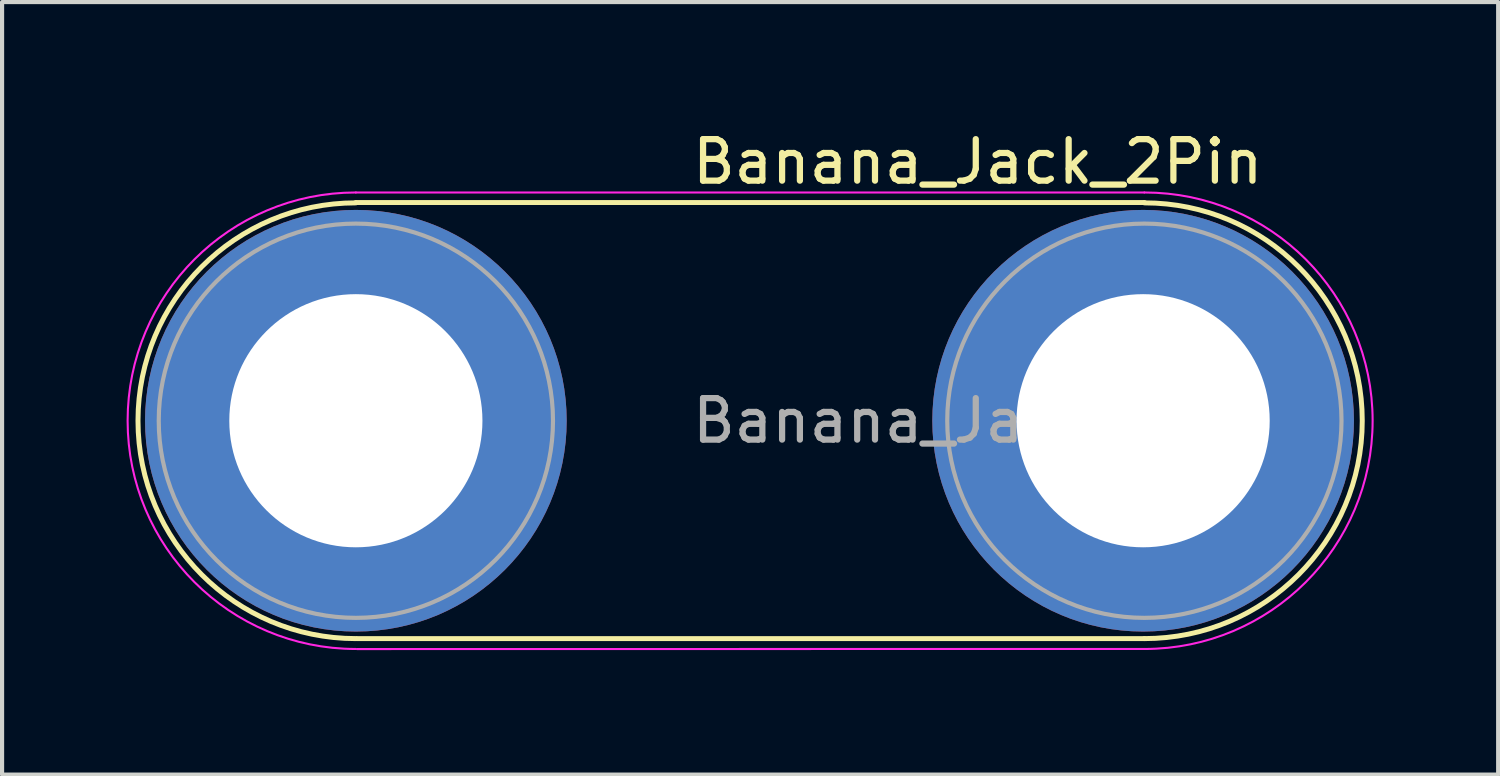
<source format=kicad_pcb>
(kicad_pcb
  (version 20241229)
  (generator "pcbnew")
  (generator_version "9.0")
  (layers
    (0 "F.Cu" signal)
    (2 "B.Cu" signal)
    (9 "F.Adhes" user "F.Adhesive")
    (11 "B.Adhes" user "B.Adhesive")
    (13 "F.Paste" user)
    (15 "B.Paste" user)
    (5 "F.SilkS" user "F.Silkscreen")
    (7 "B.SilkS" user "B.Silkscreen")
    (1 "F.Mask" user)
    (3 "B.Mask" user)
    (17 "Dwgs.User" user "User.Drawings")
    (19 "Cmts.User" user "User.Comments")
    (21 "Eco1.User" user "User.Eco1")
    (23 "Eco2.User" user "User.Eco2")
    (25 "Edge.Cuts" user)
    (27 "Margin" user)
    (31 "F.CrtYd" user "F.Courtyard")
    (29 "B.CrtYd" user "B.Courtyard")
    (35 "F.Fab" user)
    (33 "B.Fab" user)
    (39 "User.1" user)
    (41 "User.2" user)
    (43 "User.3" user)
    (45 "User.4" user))
  (footprint "Banana_Jack_2Pin"
    (layer "F.Cu")
    (at 5.525 7.088)
    (property "Reference" "Banana_Jack_2Pin" (at 14.985 -6.24 0) (layer "F.SilkS") (effects (font (size 1 1) (thickness 0.15))))
    (attr through_hole)
    (fp_line (start 18.994 5.25) (end 0.03 5.25) (stroke (width 0.12) (type solid)) (layer "F.SilkS"))
    (fp_line (start 18.999 -5.258) (end 0 -5.258) (stroke (width 0.12) (type solid)) (layer "F.SilkS"))
    (fp_arc (start 0 5.25) (mid -5.25 0) (end 0 -5.25) (stroke (width 0.12) (type solid)) (layer "F.SilkS"))
    (fp_arc (start 19 -5.25) (mid 24.25 0) (end 19 5.25) (stroke (width 0.12) (type solid)) (layer "F.SilkS"))
    (fp_line (start 0.025 5.502) (end 18.994 5.499) (stroke (width 0.05) (type solid)) (layer "F.CrtYd"))
    (fp_line (start 18.999 -5.499) (end 0 -5.499) (stroke (width 0.05) (type solid)) (layer "F.CrtYd"))
    (fp_arc (start 0 5.5) (mid -5.5 0) (end 0 -5.5) (stroke (width 0.05) (type solid)) (layer "F.CrtYd"))
    (fp_arc (start 19 -5.5) (mid 24.5 0) (end 19 5.5) (stroke (width 0.05) (type solid)) (layer "F.CrtYd"))
    (fp_circle (center 0 0) (end 2 0) (stroke (width 0.1) (type solid)) (fill no) (layer "F.Fab"))
    (fp_circle (center 0 0) (end 4.75 0) (stroke (width 0.1) (type solid)) (fill no) (layer "F.Fab"))
    (fp_circle (center 19 0) (end 21 0) (stroke (width 0.1) (type solid)) (fill no) (layer "F.Fab"))
    (fp_circle (center 19 0) (end 23.75 0) (stroke (width 0.1) (type solid)) (fill no) (layer "F.Fab"))
    (fp_text user "${REFERENCE}" (at 14.985 0 0) (layer "F.Fab") (effects (font (size 1 1) (thickness 0.15))))
    (pad "1" thru_hole circle (at 0 0) (size 10.16 10.16) (drill 6.1) (layers "*.Cu" "*.Mask"))
    (pad "2" thru_hole circle (at 18.97 0) (size 10.16 10.16) (drill 6.1) (layers "*.Cu" "*.Mask")))
  (gr_rect
    (start -3 -3)
    (end 33.05 15.615)
    (stroke (width 0.1) (type default))
    (fill no)
    (layer "Edge.Cuts")))
</source>
